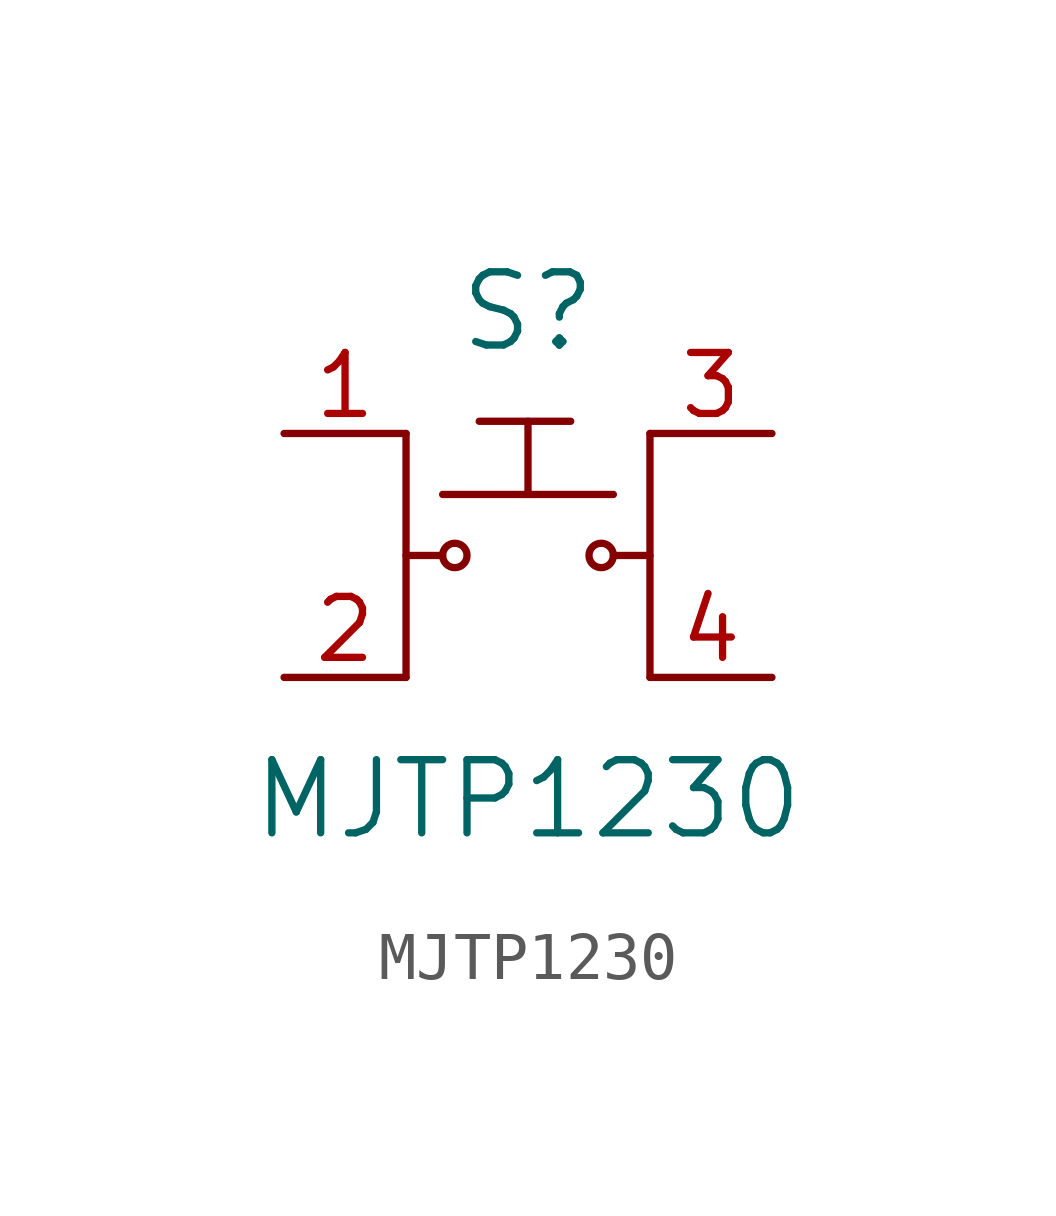
<source format=kicad_sym>
(kicad_symbol_lib
  (version 20211014)
  (generator kicad_symbol_editor)
  (symbol "MJTP1230"
    (pin_names
      (offset 1.016))
    (property "Reference" "S"
      (at 0 5.08 0)
      (effects (font (size 1.524 1.524))))
    (property "Value" "MJTP1230"
      (at 0 -5.08 0)
      (effects (font (size 1.524 1.524))))
    (symbol "MJTP1230_0_1"
      (circle (center -1.524 0) (radius 0.254) (stroke (width 0) (type default) (color 0 0 0 0)) (fill (type none)))
      (polyline (pts (xy -2.54 2.54) (xy -2.54 -2.54)) (stroke (width 0) (type default) (color 0 0 0 0)) (fill (type none)))
      (polyline (pts (xy -1.778 0) (xy -2.54 0)) (stroke (width 0) (type default) (color 0 0 0 0)) (fill (type none)))
      (polyline (pts (xy -1.778 1.27) (xy 1.778 1.27)) (stroke (width 0) (type default) (color 0 0 0 0)) (fill (type none)))
      (polyline (pts (xy 2.54 -2.54) (xy 2.54 2.54)) (stroke (width 0) (type default) (color 0 0 0 0)) (fill (type none)))
      (polyline (pts (xy 2.54 0) (xy 1.778 0)) (stroke (width 0) (type default) (color 0 0 0 0)) (fill (type none)))
      (circle (center 1.524 0) (radius 0.254) (stroke (width 0) (type default) (color 0 0 0 0)) (fill (type none))))
    (symbol "MJTP1230_1_1"
      (polyline (pts (xy -1.016 2.794) (xy 0.889 2.794)) (stroke (width 0) (type default) (color 0 0 0 0)) (fill (type none)))
      (polyline (pts (xy 0 2.794) (xy 0 1.27)) (stroke (width 0) (type default) (color 0 0 0 0)) (fill (type none)))
      (pin passive line (at -5.08 2.54 0) (length 2.54) (name "~" (effects (font (size 1.27 1.27)))) (number "1" (effects (font (size 1.27 1.27)))))
      (pin passive line (at -5.08 -2.54 0) (length 2.54) (name "~" (effects (font (size 1.27 1.27)))) (number "2" (effects (font (size 1.27 1.27)))))
      (pin passive line (at 5.08 2.54 180) (length 2.54) (name "~" (effects (font (size 1.27 1.27)))) (number "3" (effects (font (size 1.27 1.27)))))
      (pin passive line (at 5.08 -2.54 180) (length 2.54) (name "~" (effects (font (size 1.27 1.27)))) (number "4" (effects (font (size 1.27 1.27))))))))
</source>
